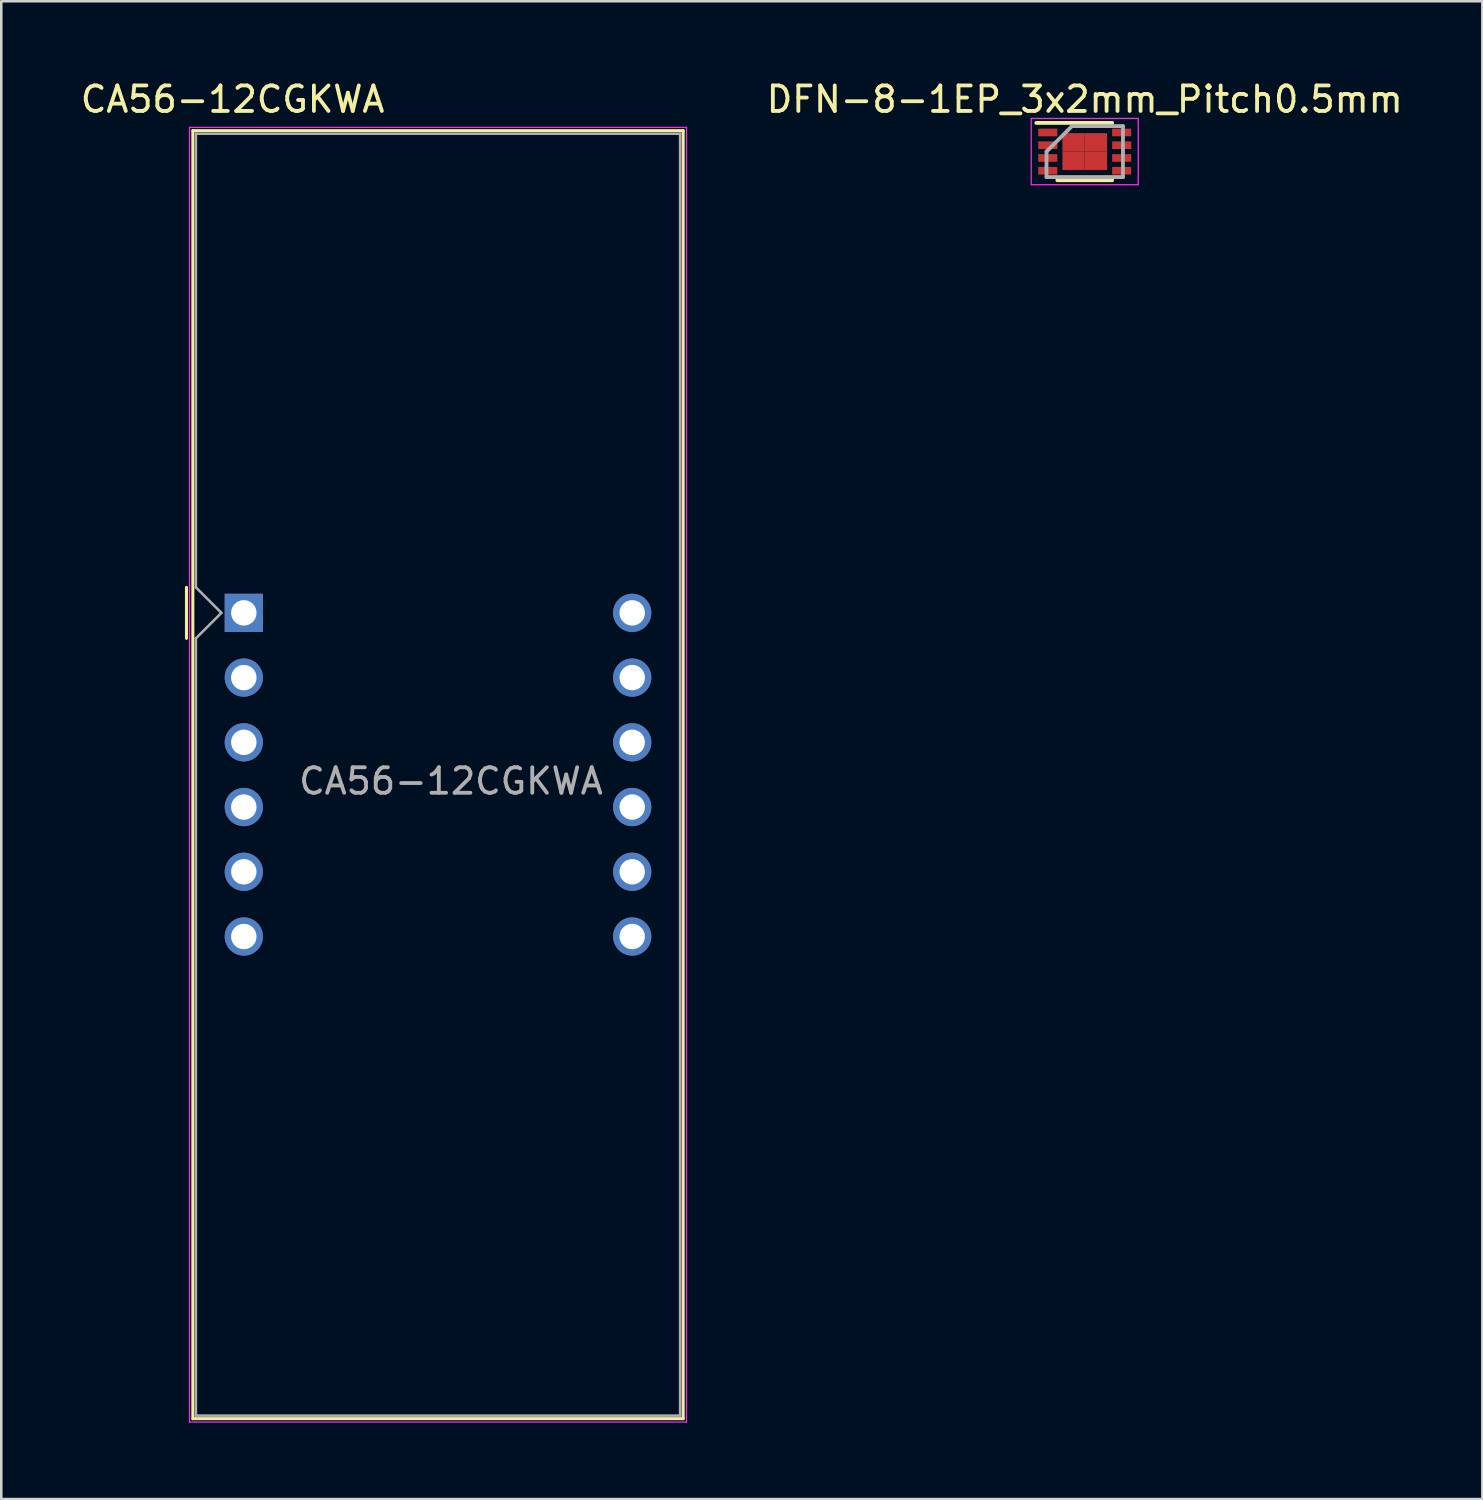
<source format=kicad_pcb>
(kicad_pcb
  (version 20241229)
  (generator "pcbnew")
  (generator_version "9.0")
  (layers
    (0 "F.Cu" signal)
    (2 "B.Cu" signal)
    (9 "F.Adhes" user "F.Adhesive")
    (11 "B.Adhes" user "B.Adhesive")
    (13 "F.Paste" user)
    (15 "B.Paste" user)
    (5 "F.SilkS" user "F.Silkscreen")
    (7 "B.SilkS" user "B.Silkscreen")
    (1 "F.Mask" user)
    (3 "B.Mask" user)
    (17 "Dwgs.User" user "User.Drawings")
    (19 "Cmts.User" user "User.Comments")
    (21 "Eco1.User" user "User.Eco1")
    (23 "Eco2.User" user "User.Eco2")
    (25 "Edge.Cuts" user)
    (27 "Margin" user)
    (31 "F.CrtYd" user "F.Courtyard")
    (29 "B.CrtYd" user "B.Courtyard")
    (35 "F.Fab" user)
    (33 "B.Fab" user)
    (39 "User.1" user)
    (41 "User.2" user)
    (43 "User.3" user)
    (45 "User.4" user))
  (footprint "DFN-8-1EP_3x2mm_Pitch0.5mm"
    (layer "F.Cu")
    (at 39.514 2.898)
    (property "Reference" "DFN-8-1EP_3x2mm_Pitch0.5mm" (at 0 -2.05 0) (layer "F.SilkS") (effects (font (size 1 1) (thickness 0.15))))
    (attr smd)
    (fp_line (start -1.9 -1.125) (end 1.075 -1.125) (stroke (width 0.15) (type solid)) (layer "F.SilkS"))
    (fp_line (start -1.075 1.125) (end 1.075 1.125) (stroke (width 0.15) (type solid)) (layer "F.SilkS"))
    (fp_line (start -2.1 -1.3) (end -2.1 1.3) (stroke (width 0.05) (type solid)) (layer "F.CrtYd"))
    (fp_line (start -2.1 -1.3) (end 2.1 -1.3) (stroke (width 0.05) (type solid)) (layer "F.CrtYd"))
    (fp_line (start -2.1 1.3) (end 2.1 1.3) (stroke (width 0.05) (type solid)) (layer "F.CrtYd"))
    (fp_line (start 2.1 -1.3) (end 2.1 1.3) (stroke (width 0.05) (type solid)) (layer "F.CrtYd"))
    (fp_line (start -1.5 0) (end -0.5 -1) (stroke (width 0.15) (type solid)) (layer "F.Fab"))
    (fp_line (start -1.5 1) (end -1.5 0) (stroke (width 0.15) (type solid)) (layer "F.Fab"))
    (fp_line (start -0.5 -1) (end 1.5 -1) (stroke (width 0.15) (type solid)) (layer "F.Fab"))
    (fp_line (start 1.5 -1) (end 1.5 1) (stroke (width 0.15) (type solid)) (layer "F.Fab"))
    (fp_line (start 1.5 1) (end -1.5 1) (stroke (width 0.15) (type solid)) (layer "F.Fab"))
    (pad "1" smd rect (at -1.45 -0.75) (size 0.75 0.3) (layers "F.Cu" "F.Mask" "F.Paste"))
    (pad "2" smd rect (at -1.45 -0.25) (size 0.75 0.3) (layers "F.Cu" "F.Mask" "F.Paste"))
    (pad "3" smd rect (at -1.45 0.25) (size 0.75 0.3) (layers "F.Cu" "F.Mask" "F.Paste"))
    (pad "4" smd rect (at -1.45 0.75) (size 0.75 0.3) (layers "F.Cu" "F.Mask" "F.Paste"))
    (pad "5" smd rect (at 1.45 0.75) (size 0.75 0.3) (layers "F.Cu" "F.Mask" "F.Paste"))
    (pad "6" smd rect (at 1.45 0.25) (size 0.75 0.3) (layers "F.Cu" "F.Mask" "F.Paste"))
    (pad "7" smd rect (at 1.45 -0.25) (size 0.75 0.3) (layers "F.Cu" "F.Mask" "F.Paste"))
    (pad "8" smd rect (at 1.45 -0.75) (size 0.75 0.3) (layers "F.Cu" "F.Mask" "F.Paste"))
    (pad "9" smd rect (at -0.438 -0.362) (size 0.875 0.725) (layers "F.Cu" "F.Mask" "F.Paste"))
    (pad "9" smd rect (at -0.438 0.362) (size 0.875 0.725) (layers "F.Cu" "F.Mask" "F.Paste"))
    (pad "9" smd rect (at 0.438 -0.362) (size 0.875 0.725) (layers "F.Cu" "F.Mask" "F.Paste"))
    (pad "9" smd rect (at 0.438 0.362) (size 0.875 0.725) (layers "F.Cu" "F.Mask" "F.Paste")))
  (footprint "CA56-12CGKWA"
    (layer "F.Cu")
    (at 14.137 27.348)
    (property "Reference" "CA56-12CGKWA" (at -8.06 -26.5 0) (layer "F.SilkS") (effects (font (size 1 1) (thickness 0.15))))
    (attr through_hole)
    (fp_line (start -9.87 -7.35) (end -9.87 -5.35) (stroke (width 0.12) (type solid)) (layer "F.SilkS"))
    (fp_line (start -9.62 -25.27) (end -9.62 25.27) (stroke (width 0.12) (type solid)) (layer "F.SilkS"))
    (fp_line (start -9.62 -25.27) (end 9.62 -25.27) (stroke (width 0.12) (type solid)) (layer "F.SilkS"))
    (fp_line (start -9.62 25.27) (end 9.62 25.27) (stroke (width 0.12) (type solid)) (layer "F.SilkS"))
    (fp_line (start 9.62 25.27) (end 9.62 -25.27) (stroke (width 0.12) (type solid)) (layer "F.SilkS"))
    (fp_line (start -9.75 -25.4) (end 9.75 -25.4) (stroke (width 0.05) (type solid)) (layer "F.CrtYd"))
    (fp_line (start -9.75 25.4) (end -9.75 -25.4) (stroke (width 0.05) (type solid)) (layer "F.CrtYd"))
    (fp_line (start 9.75 -25.4) (end 9.75 25.4) (stroke (width 0.05) (type solid)) (layer "F.CrtYd"))
    (fp_line (start 9.75 25.4) (end -9.75 25.4) (stroke (width 0.05) (type solid)) (layer "F.CrtYd"))
    (fp_line (start -9.5 -25.15) (end 9.5 -25.15) (stroke (width 0.1) (type solid)) (layer "F.Fab"))
    (fp_line (start -9.5 -7.35) (end -9.5 -25.15) (stroke (width 0.1) (type solid)) (layer "F.Fab"))
    (fp_line (start -9.5 -5.35) (end -9.5 25.15) (stroke (width 0.1) (type solid)) (layer "F.Fab"))
    (fp_line (start -9.5 -5.35) (end -8.5 -6.35) (stroke (width 0.1) (type solid)) (layer "F.Fab"))
    (fp_line (start -9.5 25.15) (end 9.5 25.15) (stroke (width 0.1) (type solid)) (layer "F.Fab"))
    (fp_line (start -8.5 -6.35) (end -9.5 -7.35) (stroke (width 0.1) (type solid)) (layer "F.Fab"))
    (fp_line (start 9.5 -25.15) (end 9.5 25.15) (stroke (width 0.1) (type solid)) (layer "F.Fab"))
    (fp_text user "${REFERENCE}" (at 0.508 0.254 0) (layer "F.Fab") (effects (font (size 1 1) (thickness 0.15))))
    (pad "1" thru_hole rect (at -7.62 -6.35) (size 1.5 1.5) (drill 1) (layers "*.Cu" "*.Mask"))
    (pad "2" thru_hole circle (at -7.62 -3.81) (size 1.5 1.5) (drill 1) (layers "*.Cu" "*.Mask"))
    (pad "3" thru_hole circle (at -7.62 -1.27) (size 1.5 1.5) (drill 1) (layers "*.Cu" "*.Mask"))
    (pad "4" thru_hole circle (at -7.62 1.27) (size 1.5 1.5) (drill 1) (layers "*.Cu" "*.Mask"))
    (pad "5" thru_hole circle (at -7.62 3.81) (size 1.5 1.5) (drill 1) (layers "*.Cu" "*.Mask"))
    (pad "6" thru_hole circle (at -7.62 6.35) (size 1.5 1.5) (drill 1) (layers "*.Cu" "*.Mask"))
    (pad "7" thru_hole circle (at 7.62 6.35) (size 1.5 1.5) (drill 1) (layers "*.Cu" "*.Mask"))
    (pad "8" thru_hole circle (at 7.62 3.81) (size 1.5 1.5) (drill 1) (layers "*.Cu" "*.Mask"))
    (pad "9" thru_hole circle (at 7.62 1.27) (size 1.5 1.5) (drill 1) (layers "*.Cu" "*.Mask"))
    (pad "10" thru_hole circle (at 7.62 -1.27) (size 1.5 1.5) (drill 1) (layers "*.Cu" "*.Mask"))
    (pad "11" thru_hole circle (at 7.62 -3.81) (size 1.5 1.5) (drill 1) (layers "*.Cu" "*.Mask"))
    (pad "12" thru_hole circle (at 7.62 -6.35) (size 1.5 1.5) (drill 1) (layers "*.Cu" "*.Mask")))
  (gr_rect
    (start -3 -3)
    (end 55.115 55.773)
    (stroke (width 0.1) (type default))
    (fill no)
    (layer "Edge.Cuts")))
</source>
